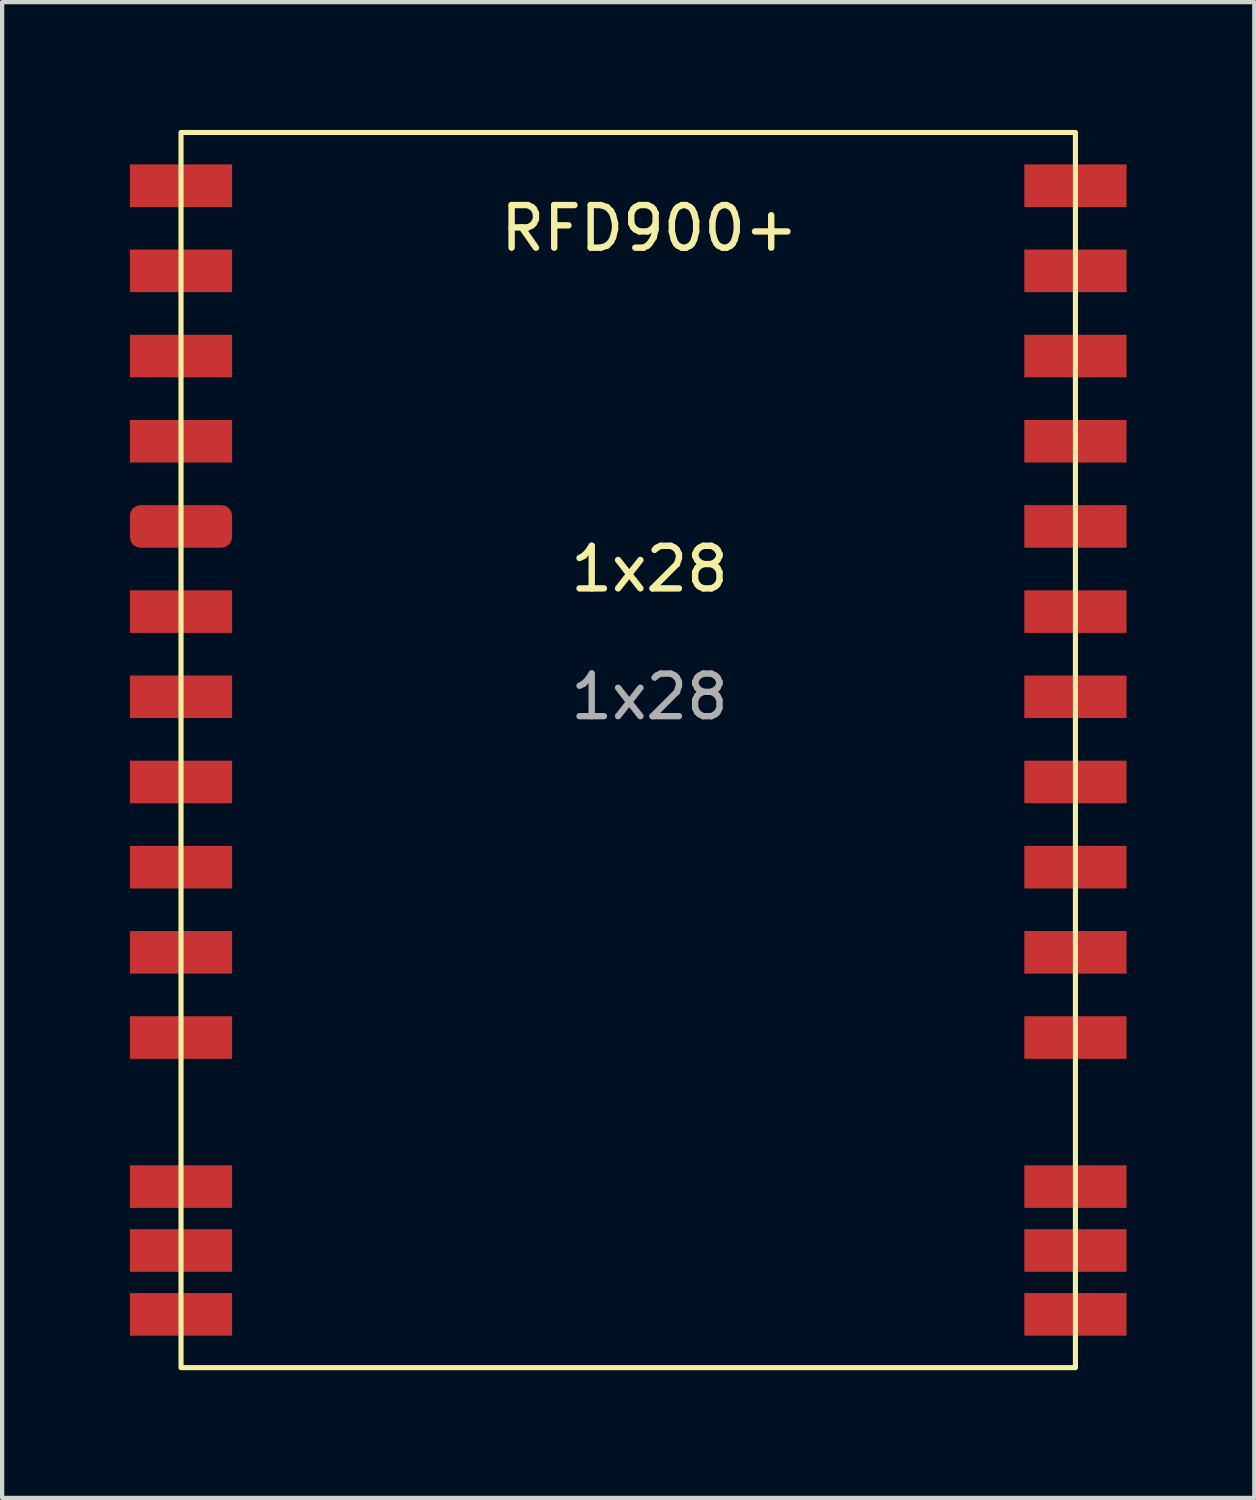
<source format=kicad_pcb>
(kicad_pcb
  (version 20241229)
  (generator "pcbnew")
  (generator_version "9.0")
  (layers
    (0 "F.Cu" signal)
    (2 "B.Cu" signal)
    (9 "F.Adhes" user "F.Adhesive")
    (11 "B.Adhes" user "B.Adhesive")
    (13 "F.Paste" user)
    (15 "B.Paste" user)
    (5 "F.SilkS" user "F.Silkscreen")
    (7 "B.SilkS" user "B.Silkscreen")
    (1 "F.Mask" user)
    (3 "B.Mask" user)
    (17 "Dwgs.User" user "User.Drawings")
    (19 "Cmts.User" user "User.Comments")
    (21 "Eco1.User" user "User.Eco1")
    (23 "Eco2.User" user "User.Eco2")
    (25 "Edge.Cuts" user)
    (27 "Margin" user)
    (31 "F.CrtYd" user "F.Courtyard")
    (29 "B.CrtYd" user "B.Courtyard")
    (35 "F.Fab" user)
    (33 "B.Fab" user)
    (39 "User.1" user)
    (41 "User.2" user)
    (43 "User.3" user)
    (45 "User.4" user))
  (footprint "1x28"
    (layer "F.Cu")
    (at 7.2 11.31)
    (property "Reference" "1x28" (at 5 -1 0) (unlocked yes) (layer "F.SilkS") (effects (font (size 1 1) (thickness 0.15))))
    (attr smd)
    (fp_rect (start -6 -11.25) (end 15 17.75) (stroke (width 0.12) (type solid)) (fill no) (layer "F.SilkS"))
    (fp_text user "RFD900+" (at 5 -9 0) (unlocked yes) (layer "F.SilkS") (effects (font (size 1 1) (thickness 0.15))))
    (fp_text user "${REFERENCE}" (at 5 2 0) (unlocked yes) (layer "F.Fab") (effects (font (size 1 1) (thickness 0.15))))
    (pad "1" smd rect (at -6 -10) (size 2.4 1) (layers "F.Cu" "F.Mask" "F.Paste"))
    (pad "2" smd rect (at -6 -8) (size 2.4 1) (layers "F.Cu" "F.Mask" "F.Paste"))
    (pad "3" smd rect (at -6 -6) (size 2.4 1) (layers "F.Cu" "F.Mask" "F.Paste"))
    (pad "4" smd rect (at -6 -4) (size 2.4 1) (layers "F.Cu" "F.Mask" "F.Paste"))
    (pad "5" smd roundrect (at -6 -2) (size 2.4 1) (layers "F.Cu" "F.Mask" "F.Paste") (roundrect_rratio 0.25))
    (pad "6" smd rect (at -6 0) (size 2.4 1) (layers "F.Cu" "F.Mask" "F.Paste"))
    (pad "7" smd rect (at -6 2) (size 2.4 1) (layers "F.Cu" "F.Mask" "F.Paste"))
    (pad "8" smd rect (at -6 4) (size 2.4 1) (layers "F.Cu" "F.Mask" "F.Paste"))
    (pad "9" smd rect (at -6 6) (size 2.4 1) (layers "F.Cu" "F.Mask" "F.Paste"))
    (pad "10" smd rect (at -6 8) (size 2.4 1) (layers "F.Cu" "F.Mask" "F.Paste"))
    (pad "11" smd rect (at -6 10) (size 2.4 1) (layers "F.Cu" "F.Mask" "F.Paste"))
    (pad "12" smd rect (at -6 13.5) (size 2.4 1) (layers "F.Cu" "F.Mask" "F.Paste"))
    (pad "13" smd rect (at -6 15) (size 2.4 1) (layers "F.Cu" "F.Mask" "F.Paste"))
    (pad "14" smd rect (at -6 16.5) (size 2.4 1) (layers "F.Cu" "F.Mask" "F.Paste"))
    (pad "15" smd rect (at 15 16.5) (size 2.4 1) (layers "F.Cu" "F.Mask" "F.Paste"))
    (pad "16" smd rect (at 15 15) (size 2.4 1) (layers "F.Cu" "F.Mask" "F.Paste"))
    (pad "17" smd rect (at 15 13.5) (size 2.4 1) (layers "F.Cu" "F.Mask" "F.Paste"))
    (pad "18" smd rect (at 15 10) (size 2.4 1) (layers "F.Cu" "F.Mask" "F.Paste"))
    (pad "19" smd rect (at 15 8) (size 2.4 1) (layers "F.Cu" "F.Mask" "F.Paste"))
    (pad "20" smd rect (at 15 6) (size 2.4 1) (layers "F.Cu" "F.Mask" "F.Paste"))
    (pad "21" smd rect (at 15 4) (size 2.4 1) (layers "F.Cu" "F.Mask" "F.Paste"))
    (pad "22" smd rect (at 15 2) (size 2.4 1) (layers "F.Cu" "F.Mask" "F.Paste"))
    (pad "23" smd rect (at 15 0) (size 2.4 1) (layers "F.Cu" "F.Mask" "F.Paste"))
    (pad "24" smd rect (at 15 -2) (size 2.4 1) (layers "F.Cu" "F.Mask" "F.Paste"))
    (pad "25" smd rect (at 15 -4) (size 2.4 1) (layers "F.Cu" "F.Mask" "F.Paste"))
    (pad "26" smd rect (at 15 -6) (size 2.4 1) (layers "F.Cu" "F.Mask" "F.Paste"))
    (pad "27" smd rect (at 15 -8) (size 2.4 1) (layers "F.Cu" "F.Mask" "F.Paste"))
    (pad "28" smd rect (at 15 -10) (size 2.4 1) (layers "F.Cu" "F.Mask" "F.Paste")))
  (gr_rect
    (start -3 -3)
    (end 26.4 32.12)
    (stroke (width 0.1) (type default))
    (fill no)
    (layer "Edge.Cuts")))
</source>
